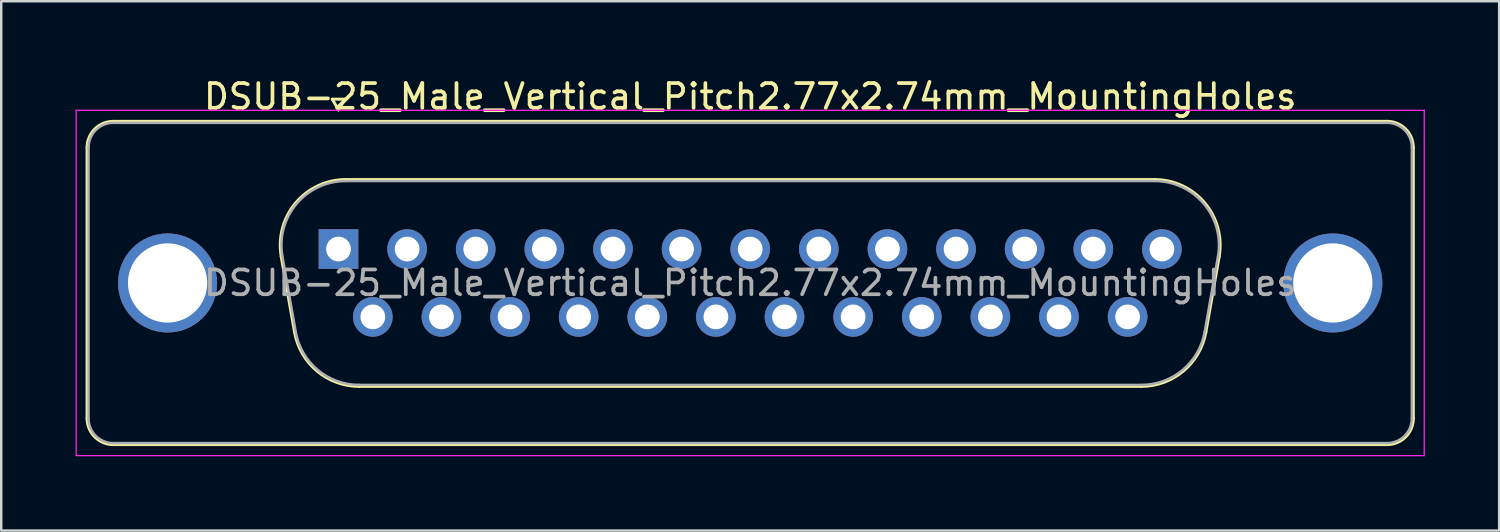
<source format=kicad_pcb>
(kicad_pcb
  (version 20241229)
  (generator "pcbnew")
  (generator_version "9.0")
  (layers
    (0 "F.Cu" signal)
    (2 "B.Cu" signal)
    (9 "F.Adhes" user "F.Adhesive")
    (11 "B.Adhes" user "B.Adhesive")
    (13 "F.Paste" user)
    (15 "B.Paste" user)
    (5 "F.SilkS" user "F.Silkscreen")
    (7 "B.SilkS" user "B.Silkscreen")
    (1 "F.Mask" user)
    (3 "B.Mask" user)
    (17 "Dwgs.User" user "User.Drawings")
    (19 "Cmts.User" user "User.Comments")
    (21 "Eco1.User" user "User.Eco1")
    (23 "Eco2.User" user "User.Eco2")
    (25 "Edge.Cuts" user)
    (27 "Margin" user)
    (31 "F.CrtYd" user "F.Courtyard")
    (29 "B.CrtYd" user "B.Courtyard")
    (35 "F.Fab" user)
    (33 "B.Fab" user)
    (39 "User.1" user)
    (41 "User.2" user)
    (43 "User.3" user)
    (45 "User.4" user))
  (footprint "DSUB-25_Male_Vertical_Pitch2.77x2.74mm_MountingHoles"
    (layer "F.Cu")
    (at 10.615 7.003)
    (property "Reference" "DSUB-25_Male_Vertical_Pitch2.77x2.74mm_MountingHoles" (at 16.62 -6.155 0) (layer "F.SilkS") (effects (font (size 1 1) (thickness 0.15))))
    (attr through_hole)
    (fp_line (start -10.15 6.835) (end -10.15 -4.095) (stroke (width 0.12) (type solid)) (layer "F.SilkS"))
    (fp_line (start -9.09 -5.155) (end 42.33 -5.155) (stroke (width 0.12) (type solid)) (layer "F.SilkS"))
    (fp_line (start -2.312 0.305) (end -1.774 3.355) (stroke (width 0.12) (type solid)) (layer "F.SilkS"))
    (fp_line (start -0.25 -6.049) (end 0.25 -6.049) (stroke (width 0.12) (type solid)) (layer "F.SilkS"))
    (fp_line (start 0 -5.616) (end -0.25 -6.049) (stroke (width 0.12) (type solid)) (layer "F.SilkS"))
    (fp_line (start 0.25 -6.049) (end 0 -5.616) (stroke (width 0.12) (type solid)) (layer "F.SilkS"))
    (fp_line (start 0.298 -2.805) (end 32.942 -2.805) (stroke (width 0.12) (type solid)) (layer "F.SilkS"))
    (fp_line (start 0.836 5.545) (end 32.404 5.545) (stroke (width 0.12) (type solid)) (layer "F.SilkS"))
    (fp_line (start 35.552 0.305) (end 35.014 3.355) (stroke (width 0.12) (type solid)) (layer "F.SilkS"))
    (fp_line (start 42.33 7.895) (end -9.09 7.895) (stroke (width 0.12) (type solid)) (layer "F.SilkS"))
    (fp_line (start 43.39 -4.095) (end 43.39 6.835) (stroke (width 0.12) (type solid)) (layer "F.SilkS"))
    (fp_arc (start -10.15 -4.095) (mid -9.839533 -4.844533) (end -9.09 -5.155) (stroke (width 0.12) (type solid)) (layer "F.SilkS"))
    (fp_arc (start -9.09 7.895) (mid -9.839533 7.584533) (end -10.15 6.835) (stroke (width 0.12) (type solid)) (layer "F.SilkS"))
    (fp_arc (start -2.311594 0.305168) (mid -1.731871 -1.858387) (end 0.298147 -2.805) (stroke (width 0.12) (type solid)) (layer "F.SilkS"))
    (fp_arc (start 0.835944 5.545) (mid -0.867443 4.925018) (end -1.773797 3.355168) (stroke (width 0.12) (type solid)) (layer "F.SilkS"))
    (fp_arc (start 32.941853 -2.805) (mid 34.971871 -1.858387) (end 35.551594 0.305168) (stroke (width 0.12) (type solid)) (layer "F.SilkS"))
    (fp_arc (start 35.013797 3.355168) (mid 34.107443 4.925018) (end 32.404056 5.545) (stroke (width 0.12) (type solid)) (layer "F.SilkS"))
    (fp_arc (start 42.33 -5.155) (mid 43.079533 -4.844533) (end 43.39 -4.095) (stroke (width 0.12) (type solid)) (layer "F.SilkS"))
    (fp_arc (start 43.39 6.835) (mid 43.079533 7.584533) (end 42.33 7.895) (stroke (width 0.12) (type solid)) (layer "F.SilkS"))
    (fp_line (start -10.59 -5.6) (end -10.59 8.34) (stroke (width 0.05) (type solid)) (layer "F.CrtYd"))
    (fp_line (start -10.59 8.34) (end 43.83 8.34) (stroke (width 0.05) (type solid)) (layer "F.CrtYd"))
    (fp_line (start 43.83 -5.6) (end -10.59 -5.6) (stroke (width 0.05) (type solid)) (layer "F.CrtYd"))
    (fp_line (start 43.83 8.34) (end 43.83 -5.6) (stroke (width 0.05) (type solid)) (layer "F.CrtYd"))
    (fp_line (start -10.09 6.835) (end -10.09 -4.095) (stroke (width 0.1) (type solid)) (layer "F.Fab"))
    (fp_line (start -9.09 -5.095) (end 42.33 -5.095) (stroke (width 0.1) (type solid)) (layer "F.Fab"))
    (fp_line (start -2.264 0.295) (end -1.726 3.345) (stroke (width 0.1) (type solid)) (layer "F.Fab"))
    (fp_line (start 0.287 -2.745) (end 32.953 -2.745) (stroke (width 0.1) (type solid)) (layer "F.Fab"))
    (fp_line (start 0.824 5.485) (end 32.416 5.485) (stroke (width 0.1) (type solid)) (layer "F.Fab"))
    (fp_line (start 35.504 0.295) (end 34.966 3.345) (stroke (width 0.1) (type solid)) (layer "F.Fab"))
    (fp_line (start 42.33 7.835) (end -9.09 7.835) (stroke (width 0.1) (type solid)) (layer "F.Fab"))
    (fp_line (start 43.33 -4.095) (end 43.33 6.835) (stroke (width 0.1) (type solid)) (layer "F.Fab"))
    (fp_arc (start -10.09 -4.095) (mid -9.797107 -4.802107) (end -9.09 -5.095) (stroke (width 0.1) (type solid)) (layer "F.Fab"))
    (fp_arc (start -9.09 7.835) (mid -9.797107 7.542107) (end -10.09 6.835) (stroke (width 0.1) (type solid)) (layer "F.Fab"))
    (fp_arc (start -2.26401 0.294749) (mid -1.697413 -1.81982) (end 0.286642 -2.745) (stroke (width 0.1) (type solid)) (layer "F.Fab"))
    (fp_arc (start 0.824439 5.485) (mid -0.840381 4.879055) (end -1.726213 3.344749) (stroke (width 0.1) (type solid)) (layer "F.Fab"))
    (fp_arc (start 32.953358 -2.745) (mid 34.937413 -1.81982) (end 35.50401 0.294749) (stroke (width 0.1) (type solid)) (layer "F.Fab"))
    (fp_arc (start 34.966213 3.344749) (mid 34.080381 4.879055) (end 32.415561 5.485) (stroke (width 0.1) (type solid)) (layer "F.Fab"))
    (fp_arc (start 42.33 -5.095) (mid 43.037107 -4.802107) (end 43.33 -4.095) (stroke (width 0.1) (type solid)) (layer "F.Fab"))
    (fp_arc (start 43.33 6.835) (mid 43.037107 7.542107) (end 42.33 7.835) (stroke (width 0.1) (type solid)) (layer "F.Fab"))
    (fp_text user "${REFERENCE}" (at 16.62 1.37 0) (layer "F.Fab") (effects (font (size 1 1) (thickness 0.15))))
    (pad "0" thru_hole circle (at -6.9 1.37) (size 4 4) (drill 3.2) (layers "*.Cu" "*.Mask"))
    (pad "0" thru_hole circle (at 40.14 1.37) (size 4 4) (drill 3.2) (layers "*.Cu" "*.Mask"))
    (pad "1" thru_hole rect (at 0 0) (size 1.6 1.6) (drill 1) (layers "*.Cu" "*.Mask"))
    (pad "2" thru_hole circle (at 2.77 0) (size 1.6 1.6) (drill 1) (layers "*.Cu" "*.Mask"))
    (pad "3" thru_hole circle (at 5.54 0) (size 1.6 1.6) (drill 1) (layers "*.Cu" "*.Mask"))
    (pad "4" thru_hole circle (at 8.31 0) (size 1.6 1.6) (drill 1) (layers "*.Cu" "*.Mask"))
    (pad "5" thru_hole circle (at 11.08 0) (size 1.6 1.6) (drill 1) (layers "*.Cu" "*.Mask"))
    (pad "6" thru_hole circle (at 13.85 0) (size 1.6 1.6) (drill 1) (layers "*.Cu" "*.Mask"))
    (pad "7" thru_hole circle (at 16.62 0) (size 1.6 1.6) (drill 1) (layers "*.Cu" "*.Mask"))
    (pad "8" thru_hole circle (at 19.39 0) (size 1.6 1.6) (drill 1) (layers "*.Cu" "*.Mask"))
    (pad "9" thru_hole circle (at 22.16 0) (size 1.6 1.6) (drill 1) (layers "*.Cu" "*.Mask"))
    (pad "10" thru_hole circle (at 24.93 0) (size 1.6 1.6) (drill 1) (layers "*.Cu" "*.Mask"))
    (pad "11" thru_hole circle (at 27.7 0) (size 1.6 1.6) (drill 1) (layers "*.Cu" "*.Mask"))
    (pad "12" thru_hole circle (at 30.47 0) (size 1.6 1.6) (drill 1) (layers "*.Cu" "*.Mask"))
    (pad "13" thru_hole circle (at 33.24 0) (size 1.6 1.6) (drill 1) (layers "*.Cu" "*.Mask"))
    (pad "14" thru_hole circle (at 1.385 2.74) (size 1.6 1.6) (drill 1) (layers "*.Cu" "*.Mask"))
    (pad "15" thru_hole circle (at 4.155 2.74) (size 1.6 1.6) (drill 1) (layers "*.Cu" "*.Mask"))
    (pad "16" thru_hole circle (at 6.925 2.74) (size 1.6 1.6) (drill 1) (layers "*.Cu" "*.Mask"))
    (pad "17" thru_hole circle (at 9.695 2.74) (size 1.6 1.6) (drill 1) (layers "*.Cu" "*.Mask"))
    (pad "18" thru_hole circle (at 12.465 2.74) (size 1.6 1.6) (drill 1) (layers "*.Cu" "*.Mask"))
    (pad "19" thru_hole circle (at 15.235 2.74) (size 1.6 1.6) (drill 1) (layers "*.Cu" "*.Mask"))
    (pad "20" thru_hole circle (at 18.005 2.74) (size 1.6 1.6) (drill 1) (layers "*.Cu" "*.Mask"))
    (pad "21" thru_hole circle (at 20.775 2.74) (size 1.6 1.6) (drill 1) (layers "*.Cu" "*.Mask"))
    (pad "22" thru_hole circle (at 23.545 2.74) (size 1.6 1.6) (drill 1) (layers "*.Cu" "*.Mask"))
    (pad "23" thru_hole circle (at 26.315 2.74) (size 1.6 1.6) (drill 1) (layers "*.Cu" "*.Mask"))
    (pad "24" thru_hole circle (at 29.085 2.74) (size 1.6 1.6) (drill 1) (layers "*.Cu" "*.Mask"))
    (pad "25" thru_hole circle (at 31.855 2.74) (size 1.6 1.6) (drill 1) (layers "*.Cu" "*.Mask")))
  (gr_rect
    (start -3 -3)
    (end 57.47 18.368)
    (stroke (width 0.1) (type default))
    (fill no)
    (layer "Edge.Cuts")))
</source>
